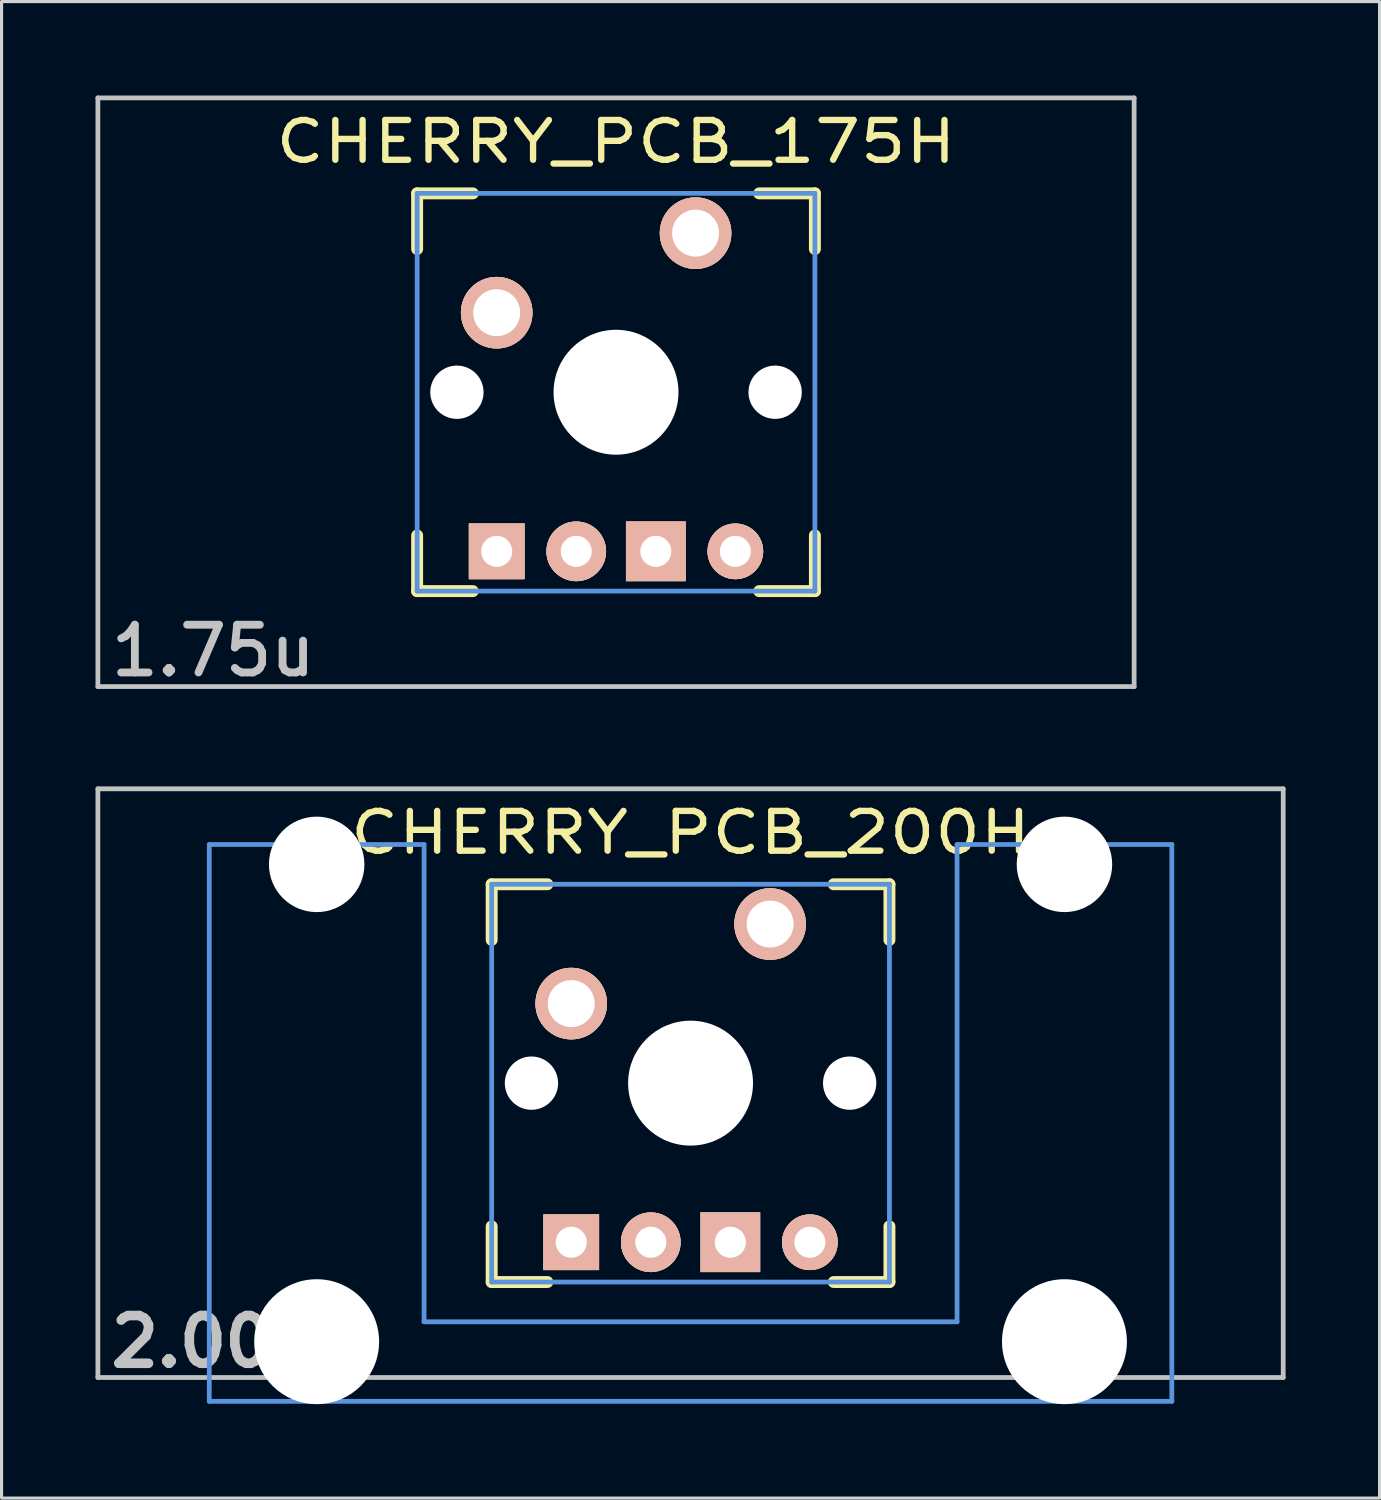
<source format=kicad_pcb>
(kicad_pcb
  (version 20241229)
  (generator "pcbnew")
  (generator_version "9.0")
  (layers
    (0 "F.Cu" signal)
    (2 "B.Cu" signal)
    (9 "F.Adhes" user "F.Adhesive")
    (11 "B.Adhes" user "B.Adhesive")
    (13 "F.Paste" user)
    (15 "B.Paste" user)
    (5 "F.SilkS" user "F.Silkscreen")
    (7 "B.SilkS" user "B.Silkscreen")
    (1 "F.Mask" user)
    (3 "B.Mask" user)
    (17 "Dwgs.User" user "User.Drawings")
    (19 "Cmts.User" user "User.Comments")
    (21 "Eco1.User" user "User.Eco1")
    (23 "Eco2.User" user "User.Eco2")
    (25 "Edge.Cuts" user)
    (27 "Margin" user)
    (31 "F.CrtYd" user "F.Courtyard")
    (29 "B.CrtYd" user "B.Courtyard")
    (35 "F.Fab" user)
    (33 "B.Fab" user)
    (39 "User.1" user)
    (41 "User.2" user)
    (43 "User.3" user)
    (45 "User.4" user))
  (footprint "CHERRY_PCB_200H"
    (layer "F.Cu")
    (at 18.999 31.534)
    (property "Reference" "CHERRY_PCB_200H" (at 0 -8 0) (layer "F.SilkS") (effects (font (size 1.27 1.524) (thickness 0.203))))
    (attr through_hole)
    (fp_line (start -6.35 -6.35) (end -4.572 -6.35) (stroke (width 0.381) (type solid)) (layer "F.SilkS"))
    (fp_line (start -6.35 -4.572) (end -6.35 -6.35) (stroke (width 0.381) (type solid)) (layer "F.SilkS"))
    (fp_line (start -6.35 6.35) (end -6.35 4.572) (stroke (width 0.381) (type solid)) (layer "F.SilkS"))
    (fp_line (start -4.572 6.35) (end -6.35 6.35) (stroke (width 0.381) (type solid)) (layer "F.SilkS"))
    (fp_line (start 4.572 -6.35) (end 6.35 -6.35) (stroke (width 0.381) (type solid)) (layer "F.SilkS"))
    (fp_line (start 6.35 -6.35) (end 6.35 -4.572) (stroke (width 0.381) (type solid)) (layer "F.SilkS"))
    (fp_line (start 6.35 4.572) (end 6.35 6.35) (stroke (width 0.381) (type solid)) (layer "F.SilkS"))
    (fp_line (start 6.35 6.35) (end 4.572 6.35) (stroke (width 0.381) (type solid)) (layer "F.SilkS"))
    (fp_line (start -18.923 -9.398) (end 18.923 -9.398) (stroke (width 0.152) (type solid)) (layer "Dwgs.User"))
    (fp_line (start -18.923 9.398) (end -18.923 -9.398) (stroke (width 0.152) (type solid)) (layer "Dwgs.User"))
    (fp_line (start 18.923 -9.398) (end 18.923 9.398) (stroke (width 0.152) (type solid)) (layer "Dwgs.User"))
    (fp_line (start 18.923 9.398) (end -18.923 9.398) (stroke (width 0.152) (type solid)) (layer "Dwgs.User"))
    (fp_line (start -15.367 -7.62) (end -15.367 10.16) (stroke (width 0.152) (type solid)) (layer "Cmts.User"))
    (fp_line (start -15.367 10.16) (end 15.367 10.16) (stroke (width 0.152) (type solid)) (layer "Cmts.User"))
    (fp_line (start -8.509 -7.62) (end -15.367 -7.62) (stroke (width 0.152) (type solid)) (layer "Cmts.User"))
    (fp_line (start -8.509 7.62) (end -8.509 -7.62) (stroke (width 0.152) (type solid)) (layer "Cmts.User"))
    (fp_line (start -6.35 -6.35) (end 6.35 -6.35) (stroke (width 0.152) (type solid)) (layer "Cmts.User"))
    (fp_line (start -6.35 6.35) (end -6.35 -6.35) (stroke (width 0.152) (type solid)) (layer "Cmts.User"))
    (fp_line (start 6.35 -6.35) (end 6.35 6.35) (stroke (width 0.152) (type solid)) (layer "Cmts.User"))
    (fp_line (start 6.35 6.35) (end -6.35 6.35) (stroke (width 0.152) (type solid)) (layer "Cmts.User"))
    (fp_line (start 8.509 -7.62) (end 8.509 7.62) (stroke (width 0.152) (type solid)) (layer "Cmts.User"))
    (fp_line (start 8.509 7.62) (end -8.509 7.62) (stroke (width 0.152) (type solid)) (layer "Cmts.User"))
    (fp_line (start 15.367 -7.62) (end 8.509 -7.62) (stroke (width 0.152) (type solid)) (layer "Cmts.User"))
    (fp_line (start 15.367 10.16) (end 15.367 -7.62) (stroke (width 0.152) (type solid)) (layer "Cmts.User"))
    (fp_line (start -16.129 -2.286) (end -15.265 -2.286) (stroke (width 0.152) (type solid)) (layer "Eco2.User"))
    (fp_line (start -16.129 0.508) (end -16.129 -2.286) (stroke (width 0.152) (type solid)) (layer "Eco2.User"))
    (fp_line (start -15.265 -5.69) (end -8.611 -5.69) (stroke (width 0.152) (type solid)) (layer "Eco2.User"))
    (fp_line (start -15.265 -2.286) (end -15.265 -5.69) (stroke (width 0.152) (type solid)) (layer "Eco2.User"))
    (fp_line (start -15.265 0.508) (end -16.129 0.508) (stroke (width 0.152) (type solid)) (layer "Eco2.User"))
    (fp_line (start -15.265 6.604) (end -15.265 0.508) (stroke (width 0.152) (type solid)) (layer "Eco2.User"))
    (fp_line (start -14.224 6.604) (end -15.265 6.604) (stroke (width 0.152) (type solid)) (layer "Eco2.User"))
    (fp_line (start -14.224 7.772) (end -14.224 6.604) (stroke (width 0.152) (type solid)) (layer "Eco2.User"))
    (fp_line (start -9.652 6.604) (end -9.652 7.772) (stroke (width 0.152) (type solid)) (layer "Eco2.User"))
    (fp_line (start -9.652 7.772) (end -14.224 7.772) (stroke (width 0.152) (type solid)) (layer "Eco2.User"))
    (fp_line (start -8.611 -5.69) (end -8.611 -4.877) (stroke (width 0.152) (type solid)) (layer "Eco2.User"))
    (fp_line (start -8.611 -4.877) (end -6.985 -4.877) (stroke (width 0.152) (type solid)) (layer "Eco2.User"))
    (fp_line (start -8.611 5.817) (end -8.611 6.604) (stroke (width 0.152) (type solid)) (layer "Eco2.User"))
    (fp_line (start -8.611 6.604) (end -9.652 6.604) (stroke (width 0.152) (type solid)) (layer "Eco2.User"))
    (fp_line (start -6.985 -6.985) (end 6.985 -6.985) (stroke (width 0.152) (type solid)) (layer "Eco2.User"))
    (fp_line (start -6.985 -4.877) (end -6.985 -6.985) (stroke (width 0.152) (type solid)) (layer "Eco2.User"))
    (fp_line (start -6.985 5.817) (end -8.611 5.817) (stroke (width 0.152) (type solid)) (layer "Eco2.User"))
    (fp_line (start -6.985 6.985) (end -6.985 5.817) (stroke (width 0.152) (type solid)) (layer "Eco2.User"))
    (fp_line (start 6.985 -6.985) (end 6.985 -4.877) (stroke (width 0.152) (type solid)) (layer "Eco2.User"))
    (fp_line (start 6.985 -4.877) (end 8.611 -4.877) (stroke (width 0.152) (type solid)) (layer "Eco2.User"))
    (fp_line (start 6.985 5.817) (end 6.985 6.985) (stroke (width 0.152) (type solid)) (layer "Eco2.User"))
    (fp_line (start 6.985 6.985) (end -6.985 6.985) (stroke (width 0.152) (type solid)) (layer "Eco2.User"))
    (fp_line (start 8.611 -5.69) (end 15.265 -5.69) (stroke (width 0.152) (type solid)) (layer "Eco2.User"))
    (fp_line (start 8.611 -4.877) (end 8.611 -5.69) (stroke (width 0.152) (type solid)) (layer "Eco2.User"))
    (fp_line (start 8.611 5.817) (end 6.985 5.817) (stroke (width 0.152) (type solid)) (layer "Eco2.User"))
    (fp_line (start 8.611 6.604) (end 8.611 5.817) (stroke (width 0.152) (type solid)) (layer "Eco2.User"))
    (fp_line (start 9.652 6.604) (end 8.611 6.604) (stroke (width 0.152) (type solid)) (layer "Eco2.User"))
    (fp_line (start 9.652 7.772) (end 9.652 6.604) (stroke (width 0.152) (type solid)) (layer "Eco2.User"))
    (fp_line (start 14.224 6.604) (end 14.224 7.772) (stroke (width 0.152) (type solid)) (layer "Eco2.User"))
    (fp_line (start 14.224 7.772) (end 9.652 7.772) (stroke (width 0.152) (type solid)) (layer "Eco2.User"))
    (fp_line (start 15.265 -5.69) (end 15.265 -2.286) (stroke (width 0.152) (type solid)) (layer "Eco2.User"))
    (fp_line (start 15.265 -2.286) (end 16.129 -2.286) (stroke (width 0.152) (type solid)) (layer "Eco2.User"))
    (fp_line (start 15.265 0.508) (end 15.265 6.604) (stroke (width 0.152) (type solid)) (layer "Eco2.User"))
    (fp_line (start 15.265 6.604) (end 14.224 6.604) (stroke (width 0.152) (type solid)) (layer "Eco2.User"))
    (fp_line (start 16.129 -2.286) (end 16.129 0.508) (stroke (width 0.152) (type solid)) (layer "Eco2.User"))
    (fp_line (start 16.129 0.508) (end 15.265 0.508) (stroke (width 0.152) (type solid)) (layer "Eco2.User"))
    (fp_text user "2.00u" (at -15.24 8.255 0) (layer "Dwgs.User") (effects (font (size 1.524 1.524) (thickness 0.305))))
    (pad "" np_thru_hole circle (at -11.938 -6.985) (size 3.048 3.048) (drill 3.048) (layers "*.Cu"))
    (pad "" np_thru_hole circle (at -11.938 8.255) (size 3.988 3.988) (drill 3.988) (layers "*.Cu"))
    (pad "" np_thru_hole circle (at -5.08 0) (size 1.702 1.702) (drill 1.702) (layers "*.Cu"))
    (pad "" np_thru_hole circle (at 0 0) (size 3.988 3.988) (drill 3.988) (layers "*.Cu"))
    (pad "" np_thru_hole circle (at 5.08 0) (size 1.702 1.702) (drill 1.702) (layers "*.Cu"))
    (pad "" np_thru_hole circle (at 11.938 -6.985) (size 3.048 3.048) (drill 3.048) (layers "*.Cu"))
    (pad "" np_thru_hole circle (at 11.938 8.255) (size 3.988 3.988) (drill 3.988) (layers "*.Cu"))
    (pad "1" thru_hole circle (at 2.54 -5.08) (size 2.286 2.286) (drill 1.499) (layers "*.Cu" "*.SilkS" "*.Mask"))
    (pad "2" thru_hole circle (at -3.81 -2.54) (size 2.286 2.286) (drill 1.499) (layers "*.Cu" "*.SilkS" "*.Mask"))
    (pad "3" thru_hole rect (at -3.81 5.08) (size 1.778 1.778) (drill 0.991) (layers "*.Cu" "*.SilkS" "*.Mask"))
    (pad "4" thru_hole circle (at 3.81 5.08) (size 1.778 1.778) (drill 0.991) (layers "*.Cu" "*.SilkS" "*.Mask"))
    (pad "5" thru_hole circle (at -1.27 5.08) (size 1.905 1.905) (drill 0.991) (layers "*.Cu" "*.SilkS" "*.Mask"))
    (pad "6" thru_hole rect (at 1.27 5.08) (size 1.905 1.905) (drill 0.991) (layers "*.Cu" "*.SilkS" "*.Mask")))
  (footprint "CHERRY_PCB_175H"
    (layer "F.Cu")
    (at 16.619 9.474)
    (property "Reference" "CHERRY_PCB_175H" (at 0 -8 0) (layer "F.SilkS") (effects (font (size 1.27 1.524) (thickness 0.203))))
    (attr through_hole)
    (fp_line (start -6.35 -6.35) (end -4.572 -6.35) (stroke (width 0.381) (type solid)) (layer "F.SilkS"))
    (fp_line (start -6.35 -4.572) (end -6.35 -6.35) (stroke (width 0.381) (type solid)) (layer "F.SilkS"))
    (fp_line (start -6.35 6.35) (end -6.35 4.572) (stroke (width 0.381) (type solid)) (layer "F.SilkS"))
    (fp_line (start -4.572 6.35) (end -6.35 6.35) (stroke (width 0.381) (type solid)) (layer "F.SilkS"))
    (fp_line (start 4.572 -6.35) (end 6.35 -6.35) (stroke (width 0.381) (type solid)) (layer "F.SilkS"))
    (fp_line (start 6.35 -6.35) (end 6.35 -4.572) (stroke (width 0.381) (type solid)) (layer "F.SilkS"))
    (fp_line (start 6.35 4.572) (end 6.35 6.35) (stroke (width 0.381) (type solid)) (layer "F.SilkS"))
    (fp_line (start 6.35 6.35) (end 4.572 6.35) (stroke (width 0.381) (type solid)) (layer "F.SilkS"))
    (fp_line (start -16.543 -9.398) (end 16.543 -9.398) (stroke (width 0.152) (type solid)) (layer "Dwgs.User"))
    (fp_line (start -16.543 9.398) (end -16.543 -9.398) (stroke (width 0.152) (type solid)) (layer "Dwgs.User"))
    (fp_line (start 16.543 -9.398) (end 16.543 9.398) (stroke (width 0.152) (type solid)) (layer "Dwgs.User"))
    (fp_line (start 16.543 9.398) (end -16.543 9.398) (stroke (width 0.152) (type solid)) (layer "Dwgs.User"))
    (fp_line (start -6.35 -6.35) (end 6.35 -6.35) (stroke (width 0.152) (type solid)) (layer "Cmts.User"))
    (fp_line (start -6.35 6.35) (end -6.35 -6.35) (stroke (width 0.152) (type solid)) (layer "Cmts.User"))
    (fp_line (start 6.35 -6.35) (end 6.35 6.35) (stroke (width 0.152) (type solid)) (layer "Cmts.User"))
    (fp_line (start 6.35 6.35) (end -6.35 6.35) (stroke (width 0.152) (type solid)) (layer "Cmts.User"))
    (fp_line (start -7.798 -6.005) (end -7.798 -1.75) (stroke (width 0.15) (type solid)) (layer "Eco2.User"))
    (fp_line (start -7.798 -1.75) (end -6.985 -1.75) (stroke (width 0.15) (type solid)) (layer "Eco2.User"))
    (fp_line (start -7.798 1.75) (end -7.798 6.005) (stroke (width 0.15) (type solid)) (layer "Eco2.User"))
    (fp_line (start -7.798 6.005) (end -6.985 6.005) (stroke (width 0.15) (type solid)) (layer "Eco2.User"))
    (fp_line (start -6.985 -6.985) (end -6.985 -6.005) (stroke (width 0.15) (type solid)) (layer "Eco2.User"))
    (fp_line (start -6.985 -6.985) (end 6.985 -6.985) (stroke (width 0.152) (type solid)) (layer "Eco2.User"))
    (fp_line (start -6.985 -6.005) (end -7.798 -6.005) (stroke (width 0.15) (type solid)) (layer "Eco2.User"))
    (fp_line (start -6.985 1.75) (end -7.798 1.75) (stroke (width 0.15) (type solid)) (layer "Eco2.User"))
    (fp_line (start -6.985 1.75) (end -6.985 -1.75) (stroke (width 0.152) (type solid)) (layer "Eco2.User"))
    (fp_line (start -6.985 6.005) (end -6.985 6.985) (stroke (width 0.15) (type solid)) (layer "Eco2.User"))
    (fp_line (start 6.985 -6.985) (end 6.985 -6.005) (stroke (width 0.15) (type solid)) (layer "Eco2.User"))
    (fp_line (start 6.985 -6.985) (end 6.985 -6.005) (stroke (width 0.15) (type solid)) (layer "Eco2.User"))
    (fp_line (start 6.985 -6.005) (end 7.798 -6.005) (stroke (width 0.15) (type solid)) (layer "Eco2.User"))
    (fp_line (start 6.985 -6.005) (end 7.798 -6.005) (stroke (width 0.15) (type solid)) (layer "Eco2.User"))
    (fp_line (start 6.985 -1.75) (end 6.985 1.75) (stroke (width 0.152) (type solid)) (layer "Eco2.User"))
    (fp_line (start 6.985 -1.75) (end 7.798 -1.75) (stroke (width 0.15) (type solid)) (layer "Eco2.User"))
    (fp_line (start 6.985 -1.75) (end 7.798 -1.75) (stroke (width 0.15) (type solid)) (layer "Eco2.User"))
    (fp_line (start 6.985 1.75) (end 7.798 1.75) (stroke (width 0.15) (type solid)) (layer "Eco2.User"))
    (fp_line (start 6.985 1.75) (end 7.798 1.75) (stroke (width 0.15) (type solid)) (layer "Eco2.User"))
    (fp_line (start 6.985 6.005) (end 7.798 6.005) (stroke (width 0.15) (type solid)) (layer "Eco2.User"))
    (fp_line (start 6.985 6.005) (end 7.798 6.005) (stroke (width 0.15) (type solid)) (layer "Eco2.User"))
    (fp_line (start 6.985 6.985) (end -6.985 6.985) (stroke (width 0.152) (type solid)) (layer "Eco2.User"))
    (fp_line (start 6.985 6.985) (end 6.985 6.005) (stroke (width 0.15) (type solid)) (layer "Eco2.User"))
    (fp_line (start 6.985 6.985) (end 6.985 6.005) (stroke (width 0.15) (type solid)) (layer "Eco2.User"))
    (fp_line (start 7.798 -6.005) (end 7.798 -1.75) (stroke (width 0.15) (type solid)) (layer "Eco2.User"))
    (fp_line (start 7.798 -6.005) (end 7.798 -1.75) (stroke (width 0.15) (type solid)) (layer "Eco2.User"))
    (fp_line (start 7.798 1.75) (end 7.798 6.005) (stroke (width 0.15) (type solid)) (layer "Eco2.User"))
    (fp_line (start 7.798 1.75) (end 7.798 6.005) (stroke (width 0.15) (type solid)) (layer "Eco2.User"))
    (fp_text user "1.75u" (at -12.86 8.255 0) (layer "Dwgs.User") (effects (font (size 1.524 1.524) (thickness 0.25))))
    (pad "" np_thru_hole circle (at -5.08 0) (size 1.702 1.702) (drill 1.702) (layers "*.Cu"))
    (pad "" np_thru_hole circle (at 0 0) (size 3.988 3.988) (drill 3.988) (layers "*.Cu"))
    (pad "" np_thru_hole circle (at 5.08 0) (size 1.702 1.702) (drill 1.702) (layers "*.Cu"))
    (pad "1" thru_hole circle (at 2.54 -5.08) (size 2.286 2.286) (drill 1.499) (layers "*.Cu" "*.SilkS" "*.Mask"))
    (pad "2" thru_hole circle (at -3.81 -2.54) (size 2.286 2.286) (drill 1.499) (layers "*.Cu" "*.SilkS" "*.Mask"))
    (pad "3" thru_hole rect (at -3.81 5.08) (size 1.778 1.778) (drill 0.991) (layers "*.Cu" "*.SilkS" "*.Mask"))
    (pad "4" thru_hole circle (at 3.81 5.08) (size 1.778 1.778) (drill 0.991) (layers "*.Cu" "*.SilkS" "*.Mask"))
    (pad "5" thru_hole circle (at -1.27 5.08) (size 1.905 1.905) (drill 0.991) (layers "*.Cu" "*.SilkS" "*.Mask"))
    (pad "6" thru_hole rect (at 1.27 5.08) (size 1.905 1.905) (drill 0.991) (layers "*.Cu" "*.SilkS" "*.Mask")))
  (gr_rect
    (start -3 -3)
    (end 40.998 44.783)
    (stroke (width 0.1) (type default))
    (fill no)
    (layer "Edge.Cuts")))
</source>
